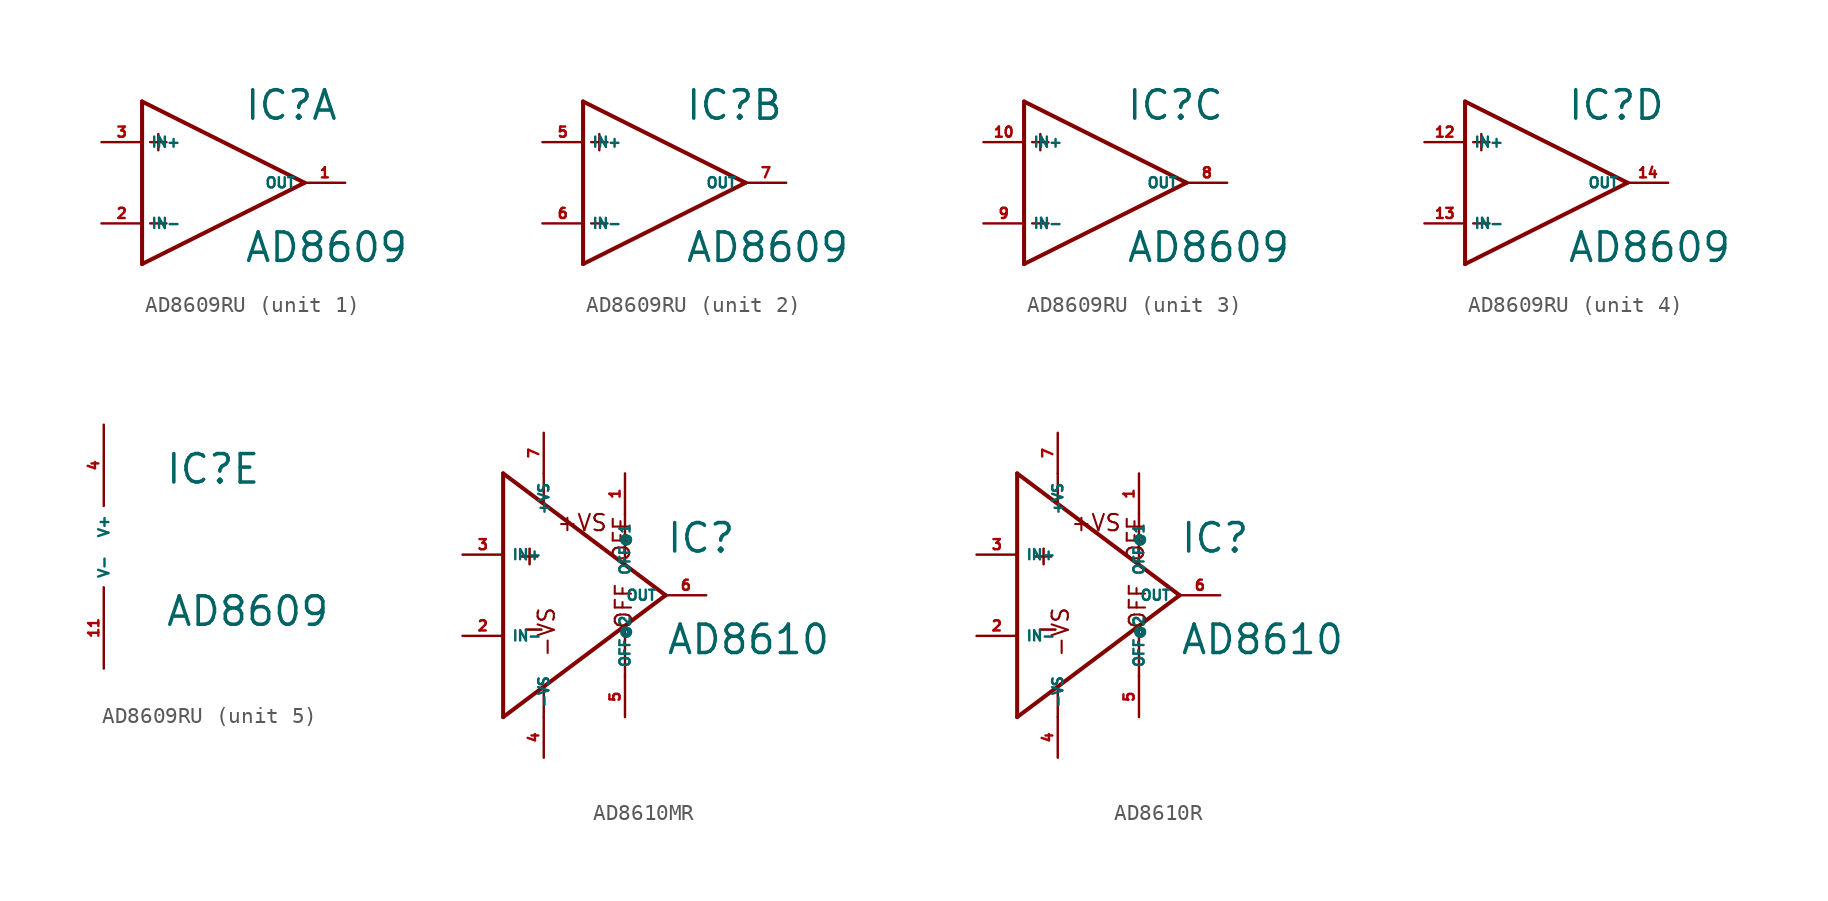
<source format=kicad_sym>
(kicad_symbol_lib
  (version 20220914)
  (generator Eagle2Kicad)
  (symbol "AD8609RU"
    (property "Reference" "IC"
      (at 3.81 3.81 0)
      (effects (font (size 1.778 1.778) (thickness 0.22)) (justify left bottom)))
    (property "Value" "AD8609"
      (at 3.81 -5.08 0)
      (effects (font (size 1.778 1.778) (thickness 0.22)) (justify left bottom)))
    (symbol "AD8609RU_1_0"
      (polyline (pts (xy -2.54 5.08) (xy -2.54 -5.08)) (stroke (width 0.254) (type default)) (fill (type none)))
      (polyline (pts (xy -2.54 -5.08) (xy 7.62 0)) (stroke (width 0.254) (type default)) (fill (type none)))
      (polyline (pts (xy 7.62 0) (xy -2.54 5.08)) (stroke (width 0.254) (type default)) (fill (type none)))
      (polyline (pts (xy -2.032 2.54) (xy -1.016 2.54)) (stroke (width 0.152) (type default)) (fill (type none)))
      (polyline (pts (xy -1.524 3.048) (xy -1.524 2.032)) (stroke (width 0.152) (type default)) (fill (type none)))
      (polyline (pts (xy -2.032 -2.54) (xy -1.016 -2.54)) (stroke (width 0.152) (type default)) (fill (type none)))
      (pin input line (at -5.08 2.54 0) (length 2.54) (name "IN+" (effects (font (size 0.635 0.635) (thickness 0.08)) (justify left bottom))) (number "3" (effects (font (size 0.635 0.635) (thickness 0.08)) (justify left bottom))))
      (pin input line (at -5.08 -2.54 0) (length 2.54) (name "IN-" (effects (font (size 0.635 0.635) (thickness 0.08)) (justify left bottom))) (number "2" (effects (font (size 0.635 0.635) (thickness 0.08)) (justify left bottom))))
      (pin output line (at 10.16 0 180) (length 2.54) (name "OUT" (effects (font (size 0.635 0.635) (thickness 0.08)) (justify left bottom))) (number "1" (effects (font (size 0.635 0.635) (thickness 0.08)) (justify left bottom)))))
    (symbol "AD8609RU_2_0"
      (polyline (pts (xy -2.54 5.08) (xy -2.54 -5.08)) (stroke (width 0.254) (type default)) (fill (type none)))
      (polyline (pts (xy -2.54 -5.08) (xy 7.62 0)) (stroke (width 0.254) (type default)) (fill (type none)))
      (polyline (pts (xy 7.62 0) (xy -2.54 5.08)) (stroke (width 0.254) (type default)) (fill (type none)))
      (polyline (pts (xy -2.032 2.54) (xy -1.016 2.54)) (stroke (width 0.152) (type default)) (fill (type none)))
      (polyline (pts (xy -1.524 3.048) (xy -1.524 2.032)) (stroke (width 0.152) (type default)) (fill (type none)))
      (polyline (pts (xy -2.032 -2.54) (xy -1.016 -2.54)) (stroke (width 0.152) (type default)) (fill (type none)))
      (pin input line (at -5.08 2.54 0) (length 2.54) (name "IN+" (effects (font (size 0.635 0.635) (thickness 0.08)) (justify left bottom))) (number "5" (effects (font (size 0.635 0.635) (thickness 0.08)) (justify left bottom))))
      (pin input line (at -5.08 -2.54 0) (length 2.54) (name "IN-" (effects (font (size 0.635 0.635) (thickness 0.08)) (justify left bottom))) (number "6" (effects (font (size 0.635 0.635) (thickness 0.08)) (justify left bottom))))
      (pin output line (at 10.16 0 180) (length 2.54) (name "OUT" (effects (font (size 0.635 0.635) (thickness 0.08)) (justify left bottom))) (number "7" (effects (font (size 0.635 0.635) (thickness 0.08)) (justify left bottom)))))
    (symbol "AD8609RU_3_0"
      (polyline (pts (xy -2.54 5.08) (xy -2.54 -5.08)) (stroke (width 0.254) (type default)) (fill (type none)))
      (polyline (pts (xy -2.54 -5.08) (xy 7.62 0)) (stroke (width 0.254) (type default)) (fill (type none)))
      (polyline (pts (xy 7.62 0) (xy -2.54 5.08)) (stroke (width 0.254) (type default)) (fill (type none)))
      (polyline (pts (xy -2.032 2.54) (xy -1.016 2.54)) (stroke (width 0.152) (type default)) (fill (type none)))
      (polyline (pts (xy -1.524 3.048) (xy -1.524 2.032)) (stroke (width 0.152) (type default)) (fill (type none)))
      (polyline (pts (xy -2.032 -2.54) (xy -1.016 -2.54)) (stroke (width 0.152) (type default)) (fill (type none)))
      (pin input line (at -5.08 2.54 0) (length 2.54) (name "IN+" (effects (font (size 0.635 0.635) (thickness 0.08)) (justify left bottom))) (number "10" (effects (font (size 0.635 0.635) (thickness 0.08)) (justify left bottom))))
      (pin input line (at -5.08 -2.54 0) (length 2.54) (name "IN-" (effects (font (size 0.635 0.635) (thickness 0.08)) (justify left bottom))) (number "9" (effects (font (size 0.635 0.635) (thickness 0.08)) (justify left bottom))))
      (pin output line (at 10.16 0 180) (length 2.54) (name "OUT" (effects (font (size 0.635 0.635) (thickness 0.08)) (justify left bottom))) (number "8" (effects (font (size 0.635 0.635) (thickness 0.08)) (justify left bottom)))))
    (symbol "AD8609RU_4_0"
      (polyline (pts (xy -2.54 5.08) (xy -2.54 -5.08)) (stroke (width 0.254) (type default)) (fill (type none)))
      (polyline (pts (xy -2.54 -5.08) (xy 7.62 0)) (stroke (width 0.254) (type default)) (fill (type none)))
      (polyline (pts (xy 7.62 0) (xy -2.54 5.08)) (stroke (width 0.254) (type default)) (fill (type none)))
      (polyline (pts (xy -2.032 2.54) (xy -1.016 2.54)) (stroke (width 0.152) (type default)) (fill (type none)))
      (polyline (pts (xy -1.524 3.048) (xy -1.524 2.032)) (stroke (width 0.152) (type default)) (fill (type none)))
      (polyline (pts (xy -2.032 -2.54) (xy -1.016 -2.54)) (stroke (width 0.152) (type default)) (fill (type none)))
      (pin input line (at -5.08 2.54 0) (length 2.54) (name "IN+" (effects (font (size 0.635 0.635) (thickness 0.08)) (justify left bottom))) (number "12" (effects (font (size 0.635 0.635) (thickness 0.08)) (justify left bottom))))
      (pin input line (at -5.08 -2.54 0) (length 2.54) (name "IN-" (effects (font (size 0.635 0.635) (thickness 0.08)) (justify left bottom))) (number "13" (effects (font (size 0.635 0.635) (thickness 0.08)) (justify left bottom))))
      (pin output line (at 10.16 0 180) (length 2.54) (name "OUT" (effects (font (size 0.635 0.635) (thickness 0.08)) (justify left bottom))) (number "14" (effects (font (size 0.635 0.635) (thickness 0.08)) (justify left bottom)))))
    (symbol "AD8609RU_5_0"
      (pin unspecified line (at 0 7.62 270) (length 5.08) (name "V+" (effects (font (size 0.635 0.635) (thickness 0.08)) (justify left bottom))) (number "4" (effects (font (size 0.635 0.635) (thickness 0.08)) (justify left bottom))))
      (pin unspecified line (at 0 -7.62 90) (length 5.08) (name "V-" (effects (font (size 0.635 0.635) (thickness 0.08)) (justify left bottom))) (number "11" (effects (font (size 0.635 0.635) (thickness 0.08)) (justify left bottom))))))
  (symbol "AD8610MR"
    (property "Reference" "IC"
      (at 7.62 2.54 0)
      (effects (font (size 1.778 1.778) (thickness 0.22)) (justify left bottom)))
    (property "Value" "AD8610"
      (at 7.62 -3.81 0)
      (effects (font (size 1.778 1.778) (thickness 0.22)) (justify left bottom)))
    (polyline
      (pts (xy -2.54 7.62) (xy -2.54 -7.62))
      (stroke (width 0.254) (type default))
      (fill (type none)))
    (polyline
      (pts (xy -2.54 -7.62) (xy 7.62 0))
      (stroke (width 0.254) (type default))
      (fill (type none)))
    (polyline
      (pts (xy 7.62 0) (xy -2.54 7.62))
      (stroke (width 0.254) (type default))
      (fill (type none)))
    (polyline
      (pts (xy 5.08 5.08) (xy 5.08 2.032))
      (stroke (width 0.152) (type default))
      (fill (type none)))
    (polyline
      (pts (xy 5.08 -5.08) (xy 5.08 -2.032))
      (stroke (width 0.152) (type default))
      (fill (type none)))
    (polyline
      (pts (xy 0 5.842) (xy 0 7.62))
      (stroke (width 0.152) (type default))
      (fill (type none)))
    (polyline
      (pts (xy 0 -7.62) (xy 0 -5.842))
      (stroke (width 0.152) (type default))
      (fill (type none)))
    (text "+"
      (at -1.778 1.778 0)
      (effects (font (size 1.27 1.27) (thickness 0.16)) (justify left bottom)))
    (text "-"
      (at -1.524 -2.794 0)
      (effects (font (size 1.27 1.27) (thickness 0.16)) (justify left bottom)))
    (text "+VS"
      (at 0.762 3.937 0)
      (effects (font (size 1.016 1.016) (thickness 0.13)) (justify left bottom mirror)))
    (text "-VS"
      (at 0.762 -3.937 1800)
      (effects (font (size 1.016 1.016) (thickness 0.13)) (justify left bottom)))
    (text "OFF"
      (at 5.588 -2.159 2700)
      (effects (font (size 1.016 1.016) (thickness 0.13)) (justify left bottom)))
    (text "OFF"
      (at 5.461 2.032 900)
      (effects (font (size 1.016 1.016) (thickness 0.13)) (justify left bottom mirror)))
    (pin input line
      (at -5.08 2.54 0)
      (length 2.54)
      (name "IN+" (effects (font (size 0.635 0.635) (thickness 0.08)) (justify left bottom)))
      (number "3" (effects (font (size 0.635 0.635) (thickness 0.08)) (justify left bottom))))
    (pin input line
      (at -5.08 -2.54 0)
      (length 2.54)
      (name "IN-" (effects (font (size 0.635 0.635) (thickness 0.08)) (justify left bottom)))
      (number "2" (effects (font (size 0.635 0.635) (thickness 0.08)) (justify left bottom))))
    (pin output line
      (at 10.16 0 180)
      (length 2.54)
      (name "OUT" (effects (font (size 0.635 0.635) (thickness 0.08)) (justify left bottom)))
      (number "6" (effects (font (size 0.635 0.635) (thickness 0.08)) (justify left bottom))))
    (pin input line
      (at 0 -10.16 90)
      (length 2.54)
      (name "-VS" (effects (font (size 0.635 0.635) (thickness 0.08)) (justify left bottom)))
      (number "4" (effects (font (size 0.635 0.635) (thickness 0.08)) (justify left bottom))))
    (pin input line
      (at 0 10.16 270)
      (length 2.54)
      (name "+VS" (effects (font (size 0.635 0.635) (thickness 0.08)) (justify left bottom)))
      (number "7" (effects (font (size 0.635 0.635) (thickness 0.08)) (justify left bottom))))
    (pin passive line
      (at 5.08 7.62 270)
      (length 2.54)
      (name "OFF@1" (effects (font (size 0.635 0.635) (thickness 0.08)) (justify left bottom)))
      (number "1" (effects (font (size 0.635 0.635) (thickness 0.08)) (justify left bottom))))
    (pin passive line
      (at 5.08 -7.62 90)
      (length 2.54)
      (name "OFF@2" (effects (font (size 0.635 0.635) (thickness 0.08)) (justify left bottom)))
      (number "5" (effects (font (size 0.635 0.635) (thickness 0.08)) (justify left bottom)))))
  (symbol "AD8610R"
    (property "Reference" "IC"
      (at 7.62 2.54 0)
      (effects (font (size 1.778 1.778) (thickness 0.22)) (justify left bottom)))
    (property "Value" "AD8610"
      (at 7.62 -3.81 0)
      (effects (font (size 1.778 1.778) (thickness 0.22)) (justify left bottom)))
    (polyline
      (pts (xy -2.54 7.62) (xy -2.54 -7.62))
      (stroke (width 0.254) (type default))
      (fill (type none)))
    (polyline
      (pts (xy -2.54 -7.62) (xy 7.62 0))
      (stroke (width 0.254) (type default))
      (fill (type none)))
    (polyline
      (pts (xy 7.62 0) (xy -2.54 7.62))
      (stroke (width 0.254) (type default))
      (fill (type none)))
    (polyline
      (pts (xy 5.08 5.08) (xy 5.08 2.032))
      (stroke (width 0.152) (type default))
      (fill (type none)))
    (polyline
      (pts (xy 5.08 -5.08) (xy 5.08 -2.032))
      (stroke (width 0.152) (type default))
      (fill (type none)))
    (polyline
      (pts (xy 0 5.842) (xy 0 7.62))
      (stroke (width 0.152) (type default))
      (fill (type none)))
    (polyline
      (pts (xy 0 -7.62) (xy 0 -5.842))
      (stroke (width 0.152) (type default))
      (fill (type none)))
    (text "+"
      (at -1.778 1.778 0)
      (effects (font (size 1.27 1.27) (thickness 0.16)) (justify left bottom)))
    (text "-"
      (at -1.524 -2.794 0)
      (effects (font (size 1.27 1.27) (thickness 0.16)) (justify left bottom)))
    (text "+VS"
      (at 0.762 3.937 0)
      (effects (font (size 1.016 1.016) (thickness 0.13)) (justify left bottom mirror)))
    (text "-VS"
      (at 0.762 -3.937 1800)
      (effects (font (size 1.016 1.016) (thickness 0.13)) (justify left bottom)))
    (text "OFF"
      (at 5.588 -2.159 2700)
      (effects (font (size 1.016 1.016) (thickness 0.13)) (justify left bottom)))
    (text "OFF"
      (at 5.461 2.032 900)
      (effects (font (size 1.016 1.016) (thickness 0.13)) (justify left bottom mirror)))
    (pin input line
      (at -5.08 2.54 0)
      (length 2.54)
      (name "IN+" (effects (font (size 0.635 0.635) (thickness 0.08)) (justify left bottom)))
      (number "3" (effects (font (size 0.635 0.635) (thickness 0.08)) (justify left bottom))))
    (pin input line
      (at -5.08 -2.54 0)
      (length 2.54)
      (name "IN-" (effects (font (size 0.635 0.635) (thickness 0.08)) (justify left bottom)))
      (number "2" (effects (font (size 0.635 0.635) (thickness 0.08)) (justify left bottom))))
    (pin output line
      (at 10.16 0 180)
      (length 2.54)
      (name "OUT" (effects (font (size 0.635 0.635) (thickness 0.08)) (justify left bottom)))
      (number "6" (effects (font (size 0.635 0.635) (thickness 0.08)) (justify left bottom))))
    (pin input line
      (at 0 -10.16 90)
      (length 2.54)
      (name "-VS" (effects (font (size 0.635 0.635) (thickness 0.08)) (justify left bottom)))
      (number "4" (effects (font (size 0.635 0.635) (thickness 0.08)) (justify left bottom))))
    (pin input line
      (at 0 10.16 270)
      (length 2.54)
      (name "+VS" (effects (font (size 0.635 0.635) (thickness 0.08)) (justify left bottom)))
      (number "7" (effects (font (size 0.635 0.635) (thickness 0.08)) (justify left bottom))))
    (pin passive line
      (at 5.08 7.62 270)
      (length 2.54)
      (name "OFF@1" (effects (font (size 0.635 0.635) (thickness 0.08)) (justify left bottom)))
      (number "1" (effects (font (size 0.635 0.635) (thickness 0.08)) (justify left bottom))))
    (pin passive line
      (at 5.08 -7.62 90)
      (length 2.54)
      (name "OFF@2" (effects (font (size 0.635 0.635) (thickness 0.08)) (justify left bottom)))
      (number "5" (effects (font (size 0.635 0.635) (thickness 0.08)) (justify left bottom))))))
</source>
